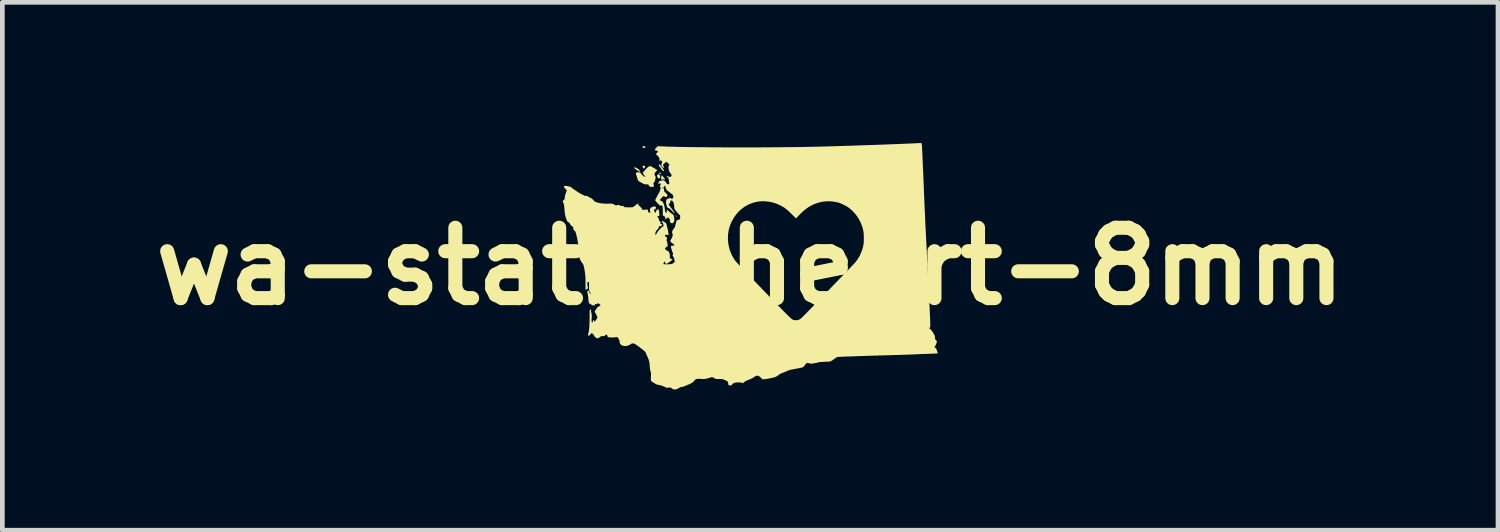
<source format=kicad_pcb>
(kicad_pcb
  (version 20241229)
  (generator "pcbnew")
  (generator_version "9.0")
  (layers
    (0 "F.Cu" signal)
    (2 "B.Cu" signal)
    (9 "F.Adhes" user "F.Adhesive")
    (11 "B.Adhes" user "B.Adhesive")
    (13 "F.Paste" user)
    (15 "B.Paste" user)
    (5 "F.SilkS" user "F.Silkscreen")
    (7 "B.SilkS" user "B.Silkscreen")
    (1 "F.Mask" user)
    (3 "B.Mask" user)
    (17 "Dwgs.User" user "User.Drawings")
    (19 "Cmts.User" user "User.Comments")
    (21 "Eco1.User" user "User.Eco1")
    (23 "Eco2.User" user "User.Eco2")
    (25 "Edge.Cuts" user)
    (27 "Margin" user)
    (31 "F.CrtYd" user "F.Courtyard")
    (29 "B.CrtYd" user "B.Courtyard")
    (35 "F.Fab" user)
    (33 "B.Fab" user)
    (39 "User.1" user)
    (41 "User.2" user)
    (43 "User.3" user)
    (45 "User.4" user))
  (footprint "wa-state-heart-8mm"
    (layer "F.Cu")
    (at 12.943 2.627)
    (property "Reference" "wa-state-heart-8mm" (at 0 0 0) (layer "F.SilkS") (effects (font (size 1.5 1.5) (thickness 0.3))))
    (attr board_only exclude_from_pos_files exclude_from_bom)
    (fp_poly (pts (xy -1.915 -1.997) (xy -1.904 -1.987) (xy -1.899 -1.975) (xy -1.903 -1.968) (xy -1.913 -1.969) (xy -1.918 -1.97) (xy -1.934 -1.978) (xy -1.94 -1.986) (xy -1.938 -1.993) (xy -1.927 -2)) (stroke (width 0) (type solid)) (fill yes) (layer "F.SilkS"))
    (fp_poly (pts (xy -1.586 -1.085) (xy -1.579 -1.079) (xy -1.572 -1.07) (xy -1.569 -1.061) (xy -1.572 -1.057) (xy -1.573 -1.056) (xy -1.58 -1.06) (xy -1.584 -1.063) (xy -1.589 -1.073) (xy -1.59 -1.079) (xy -1.589 -1.085)) (stroke (width 0) (type solid)) (fill yes) (layer "F.SilkS"))
    (fp_poly (pts (xy -2.271 -2.563) (xy -2.254 -2.557) (xy -2.239 -2.548) (xy -2.232 -2.539) (xy -2.233 -2.531) (xy -2.236 -2.528) (xy -2.247 -2.525) (xy -2.262 -2.524) (xy -2.278 -2.525) (xy -2.286 -2.526) (xy -2.29 -2.533) (xy -2.292 -2.545) (xy -2.292 -2.547) (xy -2.29 -2.559) (xy -2.284 -2.564)) (stroke (width 0) (type solid)) (fill yes) (layer "F.SilkS"))
    (fp_poly (pts (xy -2.249 -2.145) (xy -2.243 -2.138) (xy -2.241 -2.125) (xy -2.243 -2.11) (xy -2.249 -2.097) (xy -2.251 -2.093) (xy -2.262 -2.084) (xy -2.269 -2.084) (xy -2.274 -2.093) (xy -2.275 -2.095) (xy -2.282 -2.107) (xy -2.29 -2.111) (xy -2.3 -2.115) (xy -2.301 -2.121) (xy -2.294 -2.13) (xy -2.28 -2.139) (xy -2.264 -2.145) (xy -2.251 -2.146)) (stroke (width 0) (type solid)) (fill yes) (layer "F.SilkS"))
    (fp_poly (pts (xy -1.946 -1.964) (xy -1.936 -1.952) (xy -1.927 -1.936) (xy -1.92 -1.918) (xy -1.918 -1.906) (xy -1.921 -1.891) (xy -1.93 -1.88) (xy -1.942 -1.873) (xy -1.954 -1.872) (xy -1.963 -1.878) (xy -1.972 -1.893) (xy -1.98 -1.911) (xy -1.984 -1.926) (xy -1.985 -1.93) (xy -1.981 -1.941) (xy -1.972 -1.954) (xy -1.969 -1.956) (xy -1.959 -1.965) (xy -1.952 -1.967)) (stroke (width 0) (type solid)) (fill yes) (layer "F.SilkS"))
    (fp_poly (pts (xy -1.859 -1.912) (xy -1.839 -1.889) (xy -1.825 -1.871) (xy -1.817 -1.857) (xy -1.816 -1.849) (xy -1.82 -1.847) (xy -1.831 -1.851) (xy -1.843 -1.855) (xy -1.858 -1.853) (xy -1.864 -1.852) (xy -1.879 -1.848) (xy -1.887 -1.847) (xy -1.891 -1.847) (xy -1.894 -1.849) (xy -1.894 -1.85) (xy -1.896 -1.857) (xy -1.897 -1.872) (xy -1.896 -1.891) (xy -1.895 -1.912) (xy -1.893 -1.923) (xy -1.89 -1.945)) (stroke (width 0) (type solid)) (fill yes) (layer "F.SilkS"))
    (fp_poly (pts (xy -2.462 -2.108) (xy -2.446 -2.104) (xy -2.427 -2.097) (xy -2.408 -2.088) (xy -2.39 -2.077) (xy -2.386 -2.074) (xy -2.375 -2.064) (xy -2.364 -2.051) (xy -2.353 -2.036) (xy -2.346 -2.024) (xy -2.344 -2.018) (xy -2.348 -2.015) (xy -2.358 -2.018) (xy -2.375 -2.026) (xy -2.378 -2.028) (xy -2.403 -2.043) (xy -2.427 -2.059) (xy -2.448 -2.074) (xy -2.464 -2.088) (xy -2.474 -2.098) (xy -2.477 -2.104) (xy -2.473 -2.108)) (stroke (width 0) (type solid)) (fill yes) (layer "F.SilkS"))
    (fp_poly (pts (xy -1.925 -2.167) (xy -1.914 -2.152) (xy -1.91 -2.145) (xy -1.896 -2.125) (xy -1.88 -2.103) (xy -1.869 -2.09) (xy -1.852 -2.068) (xy -1.841 -2.051) (xy -1.836 -2.038) (xy -1.836 -2.034) (xy -1.839 -2.027) (xy -1.847 -2.027) (xy -1.86 -2.036) (xy -1.874 -2.048) (xy -1.889 -2.065) (xy -1.902 -2.083) (xy -1.908 -2.093) (xy -1.918 -2.11) (xy -1.931 -2.125) (xy -1.934 -2.129) (xy -1.944 -2.138) (xy -1.947 -2.146) (xy -1.945 -2.157) (xy -1.94 -2.168) (xy -1.933 -2.172)) (stroke (width 0) (type solid)) (fill yes) (layer "F.SilkS"))
    (fp_poly (pts (xy -2.125 -2.133) (xy -2.116 -2.131) (xy -2.108 -2.127) (xy -2.093 -2.119) (xy -2.074 -2.108) (xy -2.053 -2.096) (xy -2.031 -2.083) (xy -2.012 -2.071) (xy -1.995 -2.061) (xy -1.984 -2.053) (xy -1.979 -2.049) (xy -1.979 -2.049) (xy -1.983 -2.045) (xy -1.992 -2.036) (xy -2.005 -2.023) (xy -2.01 -2.017) (xy -2.028 -1.998) (xy -2.038 -1.982) (xy -2.041 -1.967) (xy -2.036 -1.949) (xy -2.026 -1.927) (xy -2.026 -1.926) (xy -2.017 -1.91) (xy -2.014 -1.9) (xy -2.014 -1.892) (xy -2.017 -1.883) (xy -2.018 -1.883) (xy -2.022 -1.868) (xy -2.024 -1.85) (xy -2.024 -1.848) (xy -2.027 -1.828) (xy -2.032 -1.815) (xy -2.047 -1.795) (xy -2.056 -1.781) (xy -2.062 -1.772) (xy -2.064 -1.765) (xy -2.063 -1.757) (xy -2.06 -1.747) (xy -2.058 -1.742) (xy -2.052 -1.722) (xy -2.05 -1.71) (xy -2.052 -1.703) (xy -2.059 -1.699) (xy -2.069 -1.697) (xy -2.095 -1.693) (xy -2.113 -1.691) (xy -2.125 -1.69) (xy -2.132 -1.691) (xy -2.132 -1.691) (xy -2.139 -1.697) (xy -2.144 -1.706) (xy -2.151 -1.717) (xy -2.159 -1.722) (xy -2.168 -1.728) (xy -2.169 -1.737) (xy -2.17 -1.744) (xy -2.173 -1.747) (xy -2.182 -1.747) (xy -2.197 -1.746) (xy -2.224 -1.745) (xy -2.253 -1.751) (xy -2.285 -1.764) (xy -2.322 -1.784) (xy -2.323 -1.784) (xy -2.342 -1.795) (xy -2.357 -1.804) (xy -2.367 -1.809) (xy -2.37 -1.81) (xy -2.376 -1.815) (xy -2.384 -1.826) (xy -2.393 -1.84) (xy -2.4 -1.856) (xy -2.404 -1.87) (xy -2.408 -1.886) (xy -2.413 -1.901) (xy -2.414 -1.902) (xy -2.419 -1.916) (xy -2.42 -1.927) (xy -2.424 -1.939) (xy -2.428 -1.945) (xy -2.435 -1.959) (xy -2.433 -1.978) (xy -2.428 -1.991) (xy -2.423 -1.999) (xy -2.418 -2.003) (xy -2.41 -2.005) (xy -2.395 -2.005) (xy -2.383 -2.004) (xy -2.364 -2.003) (xy -2.351 -2) (xy -2.343 -1.996) (xy -2.339 -1.99) (xy -2.327 -1.975) (xy -2.312 -1.958) (xy -2.296 -1.94) (xy -2.28 -1.926) (xy -2.268 -1.916) (xy -2.266 -1.915) (xy -2.253 -1.911) (xy -2.244 -1.911) (xy -2.237 -1.917) (xy -2.239 -1.925) (xy -2.247 -1.932) (xy -2.255 -1.935) (xy -2.267 -1.94) (xy -2.271 -1.948) (xy -2.272 -1.956) (xy -2.276 -1.971) (xy -2.282 -1.982) (xy -2.293 -1.994) (xy -2.257 -2.034) (xy -2.228 -2.067) (xy -2.203 -2.093) (xy -2.183 -2.111) (xy -2.166 -2.124) (xy -2.151 -2.132) (xy -2.138 -2.134)) (stroke (width 0) (type solid)) (fill yes) (layer "F.SilkS"))
    (fp_poly (pts (xy 3.642 -2.627) (xy 3.652 -2.626) (xy 3.653 -2.626) (xy 3.655 -2.62) (xy 3.657 -2.605) (xy 3.66 -2.585) (xy 3.662 -2.564) (xy 3.663 -2.55) (xy 3.664 -2.527) (xy 3.666 -2.494) (xy 3.668 -2.454) (xy 3.67 -2.407) (xy 3.673 -2.353) (xy 3.675 -2.293) (xy 3.678 -2.228) (xy 3.681 -2.159) (xy 3.684 -2.086) (xy 3.688 -2.011) (xy 3.691 -1.933) (xy 3.694 -1.854) (xy 3.698 -1.774) (xy 3.701 -1.694) (xy 3.704 -1.616) (xy 3.707 -1.538) (xy 3.708 -1.531) (xy 3.709 -1.488) (xy 3.711 -1.448) (xy 3.713 -1.409) (xy 3.714 -1.373) (xy 3.716 -1.337) (xy 3.717 -1.303) (xy 3.718 -1.268) (xy 3.72 -1.233) (xy 3.722 -1.197) (xy 3.723 -1.16) (xy 3.725 -1.122) (xy 3.727 -1.081) (xy 3.729 -1.038) (xy 3.731 -0.991) (xy 3.733 -0.941) (xy 3.736 -0.887) (xy 3.739 -0.829) (xy 3.742 -0.765) (xy 3.746 -0.696) (xy 3.749 -0.621) (xy 3.753 -0.54) (xy 3.758 -0.452) (xy 3.763 -0.356) (xy 3.768 -0.253) (xy 3.774 -0.141) (xy 3.78 -0.021) (xy 3.786 0.109) (xy 3.793 0.248) (xy 3.795 0.274) (xy 3.801 0.394) (xy 3.806 0.505) (xy 3.811 0.606) (xy 3.816 0.697) (xy 3.82 0.781) (xy 3.824 0.856) (xy 3.827 0.924) (xy 3.83 0.984) (xy 3.832 1.037) (xy 3.835 1.084) (xy 3.836 1.125) (xy 3.838 1.161) (xy 3.839 1.191) (xy 3.839 1.216) (xy 3.84 1.238) (xy 3.84 1.255) (xy 3.839 1.269) (xy 3.839 1.28) (xy 3.838 1.288) (xy 3.837 1.295) (xy 3.836 1.299) (xy 3.834 1.302) (xy 3.832 1.304) (xy 3.83 1.306) (xy 3.828 1.308) (xy 3.828 1.308) (xy 3.821 1.318) (xy 3.822 1.329) (xy 3.83 1.336) (xy 3.83 1.336) (xy 3.845 1.343) (xy 3.857 1.353) (xy 3.865 1.364) (xy 3.867 1.369) (xy 3.871 1.378) (xy 3.88 1.389) (xy 3.884 1.393) (xy 3.9 1.409) (xy 3.906 1.425) (xy 3.911 1.441) (xy 3.92 1.454) (xy 3.921 1.454) (xy 3.93 1.468) (xy 3.936 1.487) (xy 3.94 1.509) (xy 3.94 1.53) (xy 3.94 1.531) (xy 3.94 1.543) (xy 3.945 1.555) (xy 3.955 1.567) (xy 3.969 1.584) (xy 3.977 1.595) (xy 3.981 1.604) (xy 3.979 1.615) (xy 3.975 1.629) (xy 3.972 1.638) (xy 3.961 1.665) (xy 3.951 1.688) (xy 3.941 1.705) (xy 3.934 1.715) (xy 3.933 1.715) (xy 3.928 1.722) (xy 3.933 1.729) (xy 3.941 1.733) (xy 3.952 1.741) (xy 3.963 1.753) (xy 3.964 1.755) (xy 3.971 1.768) (xy 3.978 1.786) (xy 3.985 1.805) (xy 3.992 1.825) (xy 3.996 1.841) (xy 3.998 1.852) (xy 3.998 1.855) (xy 3.991 1.857) (xy 3.977 1.859) (xy 3.957 1.86) (xy 3.944 1.86) (xy 3.921 1.861) (xy 3.888 1.862) (xy 3.846 1.864) (xy 3.796 1.866) (xy 3.739 1.868) (xy 3.676 1.87) (xy 3.608 1.873) (xy 3.534 1.876) (xy 3.521 1.877) (xy 3.473 1.879) (xy 3.416 1.881) (xy 3.352 1.883) (xy 3.282 1.886) (xy 3.207 1.888) (xy 3.129 1.891) (xy 3.05 1.893) (xy 2.971 1.896) (xy 2.892 1.898) (xy 2.817 1.9) (xy 2.745 1.902) (xy 2.726 1.903) (xy 2.674 1.904) (xy 2.62 1.905) (xy 2.567 1.907) (xy 2.515 1.909) (xy 2.468 1.91) (xy 2.426 1.912) (xy 2.395 1.913) (xy 2.36 1.914) (xy 2.316 1.916) (xy 2.268 1.917) (xy 2.216 1.919) (xy 2.163 1.921) (xy 2.111 1.923) (xy 2.087 1.923) (xy 2.043 1.925) (xy 2.001 1.926) (xy 1.962 1.928) (xy 1.929 1.929) (xy 1.901 1.931) (xy 1.882 1.932) (xy 1.872 1.933) (xy 1.857 1.936) (xy 1.844 1.941) (xy 1.829 1.95) (xy 1.81 1.962) (xy 1.796 1.973) (xy 1.771 1.991) (xy 1.751 2.006) (xy 1.734 2.016) (xy 1.717 2.024) (xy 1.699 2.029) (xy 1.678 2.032) (xy 1.652 2.034) (xy 1.619 2.035) (xy 1.59 2.036) (xy 1.549 2.038) (xy 1.518 2.039) (xy 1.493 2.041) (xy 1.475 2.043) (xy 1.462 2.046) (xy 1.456 2.048) (xy 1.44 2.053) (xy 1.416 2.058) (xy 1.389 2.064) (xy 1.36 2.069) (xy 1.333 2.073) (xy 1.31 2.076) (xy 1.297 2.077) (xy 1.281 2.075) (xy 1.262 2.07) (xy 1.25 2.066) (xy 1.234 2.06) (xy 1.223 2.058) (xy 1.214 2.06) (xy 1.206 2.064) (xy 1.196 2.072) (xy 1.182 2.086) (xy 1.168 2.103) (xy 1.164 2.109) (xy 1.151 2.127) (xy 1.138 2.142) (xy 1.128 2.151) (xy 1.125 2.153) (xy 1.116 2.156) (xy 1.098 2.16) (xy 1.075 2.165) (xy 1.049 2.171) (xy 1.041 2.172) (xy 1.013 2.177) (xy 0.987 2.182) (xy 0.965 2.186) (xy 0.949 2.189) (xy 0.947 2.19) (xy 0.932 2.193) (xy 0.91 2.197) (xy 0.886 2.201) (xy 0.879 2.202) (xy 0.849 2.209) (xy 0.817 2.22) (xy 0.78 2.235) (xy 0.775 2.238) (xy 0.748 2.25) (xy 0.721 2.261) (xy 0.697 2.271) (xy 0.68 2.276) (xy 0.661 2.283) (xy 0.643 2.292) (xy 0.623 2.304) (xy 0.601 2.32) (xy 0.581 2.336) (xy 0.563 2.347) (xy 0.542 2.358) (xy 0.526 2.364) (xy 0.494 2.372) (xy 0.456 2.381) (xy 0.414 2.39) (xy 0.371 2.398) (xy 0.332 2.404) (xy 0.319 2.405) (xy 0.266 2.411) (xy 0.234 2.381) (xy 0.207 2.356) (xy 0.183 2.34) (xy 0.161 2.332) (xy 0.139 2.333) (xy 0.115 2.342) (xy 0.088 2.358) (xy 0.078 2.365) (xy 0.056 2.38) (xy 0.03 2.394) (xy 0.009 2.403) (xy -0.03 2.418) (xy -0.061 2.431) (xy -0.086 2.443) (xy -0.106 2.454) (xy -0.124 2.465) (xy -0.13 2.47) (xy -0.16 2.494) (xy -0.181 2.484) (xy -0.194 2.479) (xy -0.209 2.476) (xy -0.229 2.475) (xy -0.256 2.475) (xy -0.297 2.477) (xy -0.33 2.483) (xy -0.354 2.492) (xy -0.372 2.505) (xy -0.378 2.513) (xy -0.389 2.525) (xy -0.399 2.534) (xy -0.401 2.535) (xy -0.414 2.538) (xy -0.43 2.539) (xy -0.445 2.54) (xy -0.456 2.538) (xy -0.46 2.537) (xy -0.462 2.53) (xy -0.465 2.517) (xy -0.468 2.501) (xy -0.473 2.475) (xy -0.482 2.457) (xy -0.496 2.444) (xy -0.519 2.434) (xy -0.521 2.433) (xy -0.541 2.426) (xy -0.56 2.417) (xy -0.569 2.413) (xy -0.578 2.409) (xy -0.589 2.406) (xy -0.603 2.404) (xy -0.623 2.403) (xy -0.65 2.403) (xy -0.659 2.403) (xy -0.731 2.402) (xy -0.772 2.381) (xy -0.813 2.36) (xy -0.856 2.375) (xy -0.908 2.39) (xy -0.96 2.4) (xy -1.008 2.403) (xy -1.038 2.402) (xy -1.078 2.399) (xy -1.109 2.399) (xy -1.134 2.401) (xy -1.153 2.406) (xy -1.169 2.416) (xy -1.183 2.429) (xy -1.195 2.444) (xy -1.209 2.46) (xy -1.225 2.474) (xy -1.246 2.487) (xy -1.257 2.494) (xy -1.279 2.505) (xy -1.3 2.515) (xy -1.316 2.522) (xy -1.321 2.523) (xy -1.335 2.529) (xy -1.355 2.537) (xy -1.376 2.547) (xy -1.38 2.549) (xy -1.415 2.563) (xy -1.446 2.57) (xy -1.455 2.572) (xy -1.479 2.575) (xy -1.498 2.582) (xy -1.511 2.59) (xy -1.544 2.609) (xy -1.576 2.622) (xy -1.607 2.627) (xy -1.634 2.624) (xy -1.635 2.623) (xy -1.652 2.615) (xy -1.67 2.604) (xy -1.675 2.6) (xy -1.694 2.584) (xy -1.738 2.587) (xy -1.76 2.589) (xy -1.775 2.589) (xy -1.788 2.586) (xy -1.801 2.581) (xy -1.818 2.573) (xy -1.847 2.56) (xy -1.879 2.548) (xy -1.91 2.538) (xy -1.937 2.531) (xy -1.959 2.528) (xy -1.962 2.528) (xy -1.976 2.527) (xy -1.986 2.524) (xy -1.987 2.523) (xy -1.994 2.518) (xy -2.006 2.511) (xy -2.008 2.511) (xy -2.023 2.503) (xy -2.042 2.492) (xy -2.063 2.479) (xy -2.083 2.466) (xy -2.099 2.453) (xy -2.11 2.444) (xy -2.114 2.44) (xy -2.116 2.43) (xy -2.117 2.411) (xy -2.117 2.384) (xy -2.116 2.352) (xy -2.114 2.321) (xy -2.114 2.299) (xy -2.114 2.282) (xy -2.116 2.27) (xy -2.118 2.259) (xy -2.122 2.248) (xy -2.123 2.247) (xy -2.128 2.229) (xy -2.133 2.204) (xy -2.137 2.172) (xy -2.139 2.148) (xy -2.143 2.1) (xy -2.148 2.06) (xy -2.154 2.025) (xy -2.164 1.992) (xy -2.175 1.961) (xy -2.191 1.926) (xy -2.196 1.915) (xy -2.206 1.895) (xy -2.215 1.875) (xy -2.22 1.86) (xy -2.221 1.859) (xy -2.225 1.847) (xy -2.23 1.836) (xy -2.237 1.826) (xy -2.247 1.815) (xy -2.261 1.802) (xy -2.281 1.785) (xy -2.307 1.764) (xy -2.32 1.755) (xy -2.362 1.722) (xy -2.397 1.696) (xy -2.426 1.676) (xy -2.449 1.661) (xy -2.468 1.651) (xy -2.482 1.646) (xy -2.502 1.644) (xy -2.522 1.647) (xy -2.538 1.654) (xy -2.545 1.66) (xy -2.553 1.667) (xy -2.567 1.675) (xy -2.577 1.679) (xy -2.597 1.686) (xy -2.616 1.693) (xy -2.623 1.696) (xy -2.647 1.701) (xy -2.676 1.7) (xy -2.706 1.695) (xy -2.733 1.686) (xy -2.754 1.673) (xy -2.773 1.651) (xy -2.783 1.624) (xy -2.785 1.604) (xy -2.79 1.574) (xy -2.804 1.546) (xy -2.822 1.524) (xy -2.841 1.506) (xy -2.871 1.513) (xy -2.89 1.515) (xy -2.914 1.517) (xy -2.941 1.517) (xy -2.968 1.517) (xy -2.993 1.515) (xy -3.014 1.513) (xy -3.027 1.51) (xy -3.029 1.509) (xy -3.038 1.499) (xy -3.045 1.482) (xy -3.046 1.479) (xy -3.051 1.465) (xy -3.057 1.455) (xy -3.059 1.453) (xy -3.067 1.455) (xy -3.08 1.463) (xy -3.087 1.469) (xy -3.106 1.484) (xy -3.123 1.49) (xy -3.14 1.489) (xy -3.146 1.487) (xy -3.156 1.485) (xy -3.166 1.487) (xy -3.18 1.494) (xy -3.182 1.495) (xy -3.196 1.503) (xy -3.206 1.511) (xy -3.208 1.513) (xy -3.215 1.519) (xy -3.227 1.526) (xy -3.232 1.528) (xy -3.247 1.534) (xy -3.257 1.535) (xy -3.269 1.531) (xy -3.271 1.531) (xy -3.29 1.521) (xy -3.306 1.51) (xy -3.316 1.5) (xy -3.318 1.494) (xy -3.322 1.483) (xy -3.332 1.467) (xy -3.349 1.447) (xy -3.355 1.44) (xy -3.37 1.429) (xy -3.383 1.427) (xy -3.395 1.435) (xy -3.399 1.442) (xy -3.408 1.456) (xy -3.422 1.469) (xy -3.436 1.479) (xy -3.447 1.482) (xy -3.453 1.48) (xy -3.456 1.474) (xy -3.455 1.461) (xy -3.452 1.441) (xy -3.448 1.426) (xy -3.441 1.389) (xy -3.435 1.347) (xy -3.43 1.3) (xy -3.427 1.245) (xy -3.425 1.183) (xy -3.424 1.112) (xy -3.424 1.094) (xy -3.423 1.046) (xy -3.423 1.007) (xy -3.422 0.977) (xy -3.421 0.954) (xy -3.419 0.938) (xy -3.417 0.928) (xy -3.413 0.922) (xy -3.409 0.92) (xy -3.403 0.922) (xy -3.399 0.924) (xy -3.392 0.929) (xy -3.391 0.938) (xy -3.392 0.949) (xy -3.393 0.965) (xy -3.39 0.978) (xy -3.39 0.98) (xy -3.383 0.999) (xy -3.379 1.027) (xy -3.377 1.062) (xy -3.379 1.107) (xy -3.379 1.108) (xy -3.381 1.138) (xy -3.381 1.163) (xy -3.38 1.181) (xy -3.379 1.188) (xy -3.372 1.198) (xy -3.364 1.199) (xy -3.357 1.192) (xy -3.355 1.182) (xy -3.352 1.16) (xy -3.348 1.147) (xy -3.344 1.144) (xy -3.339 1.148) (xy -3.331 1.158) (xy -3.328 1.163) (xy -3.317 1.182) (xy -3.3 1.162) (xy -3.288 1.146) (xy -3.275 1.127) (xy -3.268 1.115) (xy -3.254 1.087) (xy -3.265 1.067) (xy -3.272 1.052) (xy -3.277 1.04) (xy -3.277 1.037) (xy -3.28 1.028) (xy -3.288 1.015) (xy -3.293 1.009) (xy -3.305 0.99) (xy -3.311 0.971) (xy -3.311 0.97) (xy -3.312 0.956) (xy -3.309 0.946) (xy -3.3 0.935) (xy -3.296 0.932) (xy -3.284 0.918) (xy -3.276 0.903) (xy -3.274 0.898) (xy -3.269 0.887) (xy -3.259 0.876) (xy -3.245 0.867) (xy -3.227 0.856) (xy -3.211 0.845) (xy -3.203 0.839) (xy -3.188 0.827) (xy -3.215 0.806) (xy -3.234 0.792) (xy -3.247 0.786) (xy -3.254 0.787) (xy -3.256 0.795) (xy -3.261 0.804) (xy -3.272 0.809) (xy -3.287 0.809) (xy -3.298 0.806) (xy -3.308 0.803) (xy -3.312 0.806) (xy -3.313 0.817) (xy -3.313 0.818) (xy -3.314 0.83) (xy -3.316 0.837) (xy -3.317 0.838) (xy -3.326 0.839) (xy -3.342 0.836) (xy -3.36 0.831) (xy -3.377 0.823) (xy -3.389 0.816) (xy -3.403 0.806) (xy -3.416 0.799) (xy -3.419 0.798) (xy -3.427 0.794) (xy -3.434 0.787) (xy -3.439 0.775) (xy -3.443 0.758) (xy -3.446 0.733) (xy -3.449 0.699) (xy -3.449 0.698) (xy -3.452 0.667) (xy -3.456 0.637) (xy -3.46 0.61) (xy -3.464 0.589) (xy -3.464 0.586) (xy -3.469 0.558) (xy -3.471 0.538) (xy -3.468 0.525) (xy -3.461 0.519) (xy -3.459 0.519) (xy -3.446 0.522) (xy -3.435 0.534) (xy -3.426 0.555) (xy -3.424 0.562) (xy -3.417 0.58) (xy -3.41 0.588) (xy -3.403 0.585) (xy -3.394 0.572) (xy -3.392 0.568) (xy -3.377 0.547) (xy -3.352 0.528) (xy -3.318 0.513) (xy -3.283 0.504) (xy -3.251 0.495) (xy -3.226 0.488) (xy -3.209 0.481) (xy -3.201 0.475) (xy -3.2 0.473) (xy -3.204 0.468) (xy -3.215 0.46) (xy -3.228 0.453) (xy -3.241 0.448) (xy -3.249 0.446) (xy -3.258 0.444) (xy -3.274 0.44) (xy -3.294 0.434) (xy -3.303 0.431) (xy -3.323 0.424) (xy -3.336 0.419) (xy -3.343 0.414) (xy -3.346 0.408) (xy -3.346 0.4) (xy -3.346 0.399) (xy -3.351 0.376) (xy -3.365 0.357) (xy -3.385 0.343) (xy -3.412 0.335) (xy -3.432 0.333) (xy -3.449 0.334) (xy -3.461 0.337) (xy -3.466 0.339) (xy -3.47 0.349) (xy -3.471 0.367) (xy -3.471 0.389) (xy -3.468 0.413) (xy -3.464 0.435) (xy -3.46 0.452) (xy -3.459 0.466) (xy -3.459 0.472) (xy -3.465 0.477) (xy -3.477 0.485) (xy -3.486 0.489) (xy -3.511 0.502) (xy -3.51 0.357) (xy -3.511 0.304) (xy -3.511 0.26) (xy -3.513 0.22) (xy -3.516 0.185) (xy -3.52 0.151) (xy -3.525 0.115) (xy -3.532 0.077) (xy -3.538 0.044) (xy -3.545 0.011) (xy -3.551 -0.014) (xy -3.556 -0.032) (xy -3.562 -0.045) (xy -3.569 -0.056) (xy -3.577 -0.065) (xy -3.578 -0.066) (xy -3.591 -0.083) (xy -3.603 -0.102) (xy -3.606 -0.108) (xy -3.614 -0.123) (xy -3.621 -0.136) (xy -3.624 -0.139) (xy -3.628 -0.145) (xy -3.632 -0.153) (xy -3.635 -0.165) (xy -3.638 -0.181) (xy -3.641 -0.202) (xy -3.644 -0.231) (xy -3.648 -0.268) (xy -3.651 -0.308) (xy -3.657 -0.37) (xy -3.662 -0.423) (xy -3.667 -0.47) (xy -3.673 -0.511) (xy -3.68 -0.55) (xy -3.687 -0.587) (xy -3.695 -0.624) (xy -3.705 -0.664) (xy -3.708 -0.677) (xy -3.716 -0.707) (xy -3.723 -0.729) (xy -3.73 -0.744) (xy -3.738 -0.755) (xy -3.747 -0.763) (xy -3.754 -0.767) (xy -3.764 -0.775) (xy -3.768 -0.784) (xy -3.769 -0.799) (xy -3.771 -0.817) (xy -3.776 -0.834) (xy -3.784 -0.846) (xy -3.791 -0.851) (xy -3.792 -0.851) (xy -3.8 -0.855) (xy -3.811 -0.865) (xy -3.823 -0.878) (xy -3.835 -0.892) (xy -3.843 -0.905) (xy -3.846 -0.912) (xy -3.851 -0.923) (xy -3.866 -0.934) (xy -3.868 -0.936) (xy -3.883 -0.945) (xy -3.894 -0.954) (xy -3.903 -0.965) (xy -3.91 -0.98) (xy -3.918 -1.001) (xy -3.925 -1.021) (xy -3.934 -1.05) (xy -3.942 -1.076) (xy -3.947 -1.102) (xy -3.951 -1.129) (xy -3.955 -1.161) (xy -3.958 -1.2) (xy -3.959 -1.212) (xy -3.962 -1.25) (xy -3.965 -1.279) (xy -3.968 -1.303) (xy -3.973 -1.323) (xy -3.979 -1.342) (xy -3.986 -1.36) (xy -3.987 -1.361) (xy -3.999 -1.388) (xy -3.976 -1.412) (xy -3.963 -1.424) (xy -3.956 -1.434) (xy -3.953 -1.445) (xy -3.952 -1.461) (xy -3.952 -1.47) (xy -3.95 -1.491) (xy -3.945 -1.513) (xy -3.937 -1.54) (xy -3.93 -1.561) (xy -3.909 -1.618) (xy -3.937 -1.648) (xy -3.957 -1.671) (xy -3.969 -1.689) (xy -3.973 -1.701) (xy -3.969 -1.709) (xy -3.957 -1.713) (xy -3.936 -1.714) (xy -3.931 -1.714) (xy -3.91 -1.712) (xy -3.89 -1.709) (xy -3.879 -1.705) (xy -3.865 -1.701) (xy -3.853 -1.7) (xy -3.851 -1.7) (xy -3.84 -1.699) (xy -3.832 -1.693) (xy -3.823 -1.685) (xy -3.815 -1.682) (xy -3.806 -1.678) (xy -3.796 -1.669) (xy -3.795 -1.669) (xy -3.785 -1.659) (xy -3.77 -1.647) (xy -3.757 -1.638) (xy -3.74 -1.628) (xy -3.718 -1.613) (xy -3.696 -1.598) (xy -3.686 -1.591) (xy -3.662 -1.575) (xy -3.633 -1.558) (xy -3.604 -1.542) (xy -3.593 -1.536) (xy -3.571 -1.526) (xy -3.552 -1.516) (xy -3.538 -1.509) (xy -3.533 -1.505) (xy -3.524 -1.5) (xy -3.514 -1.502) (xy -3.511 -1.503) (xy -3.506 -1.505) (xy -3.499 -1.505) (xy -3.489 -1.502) (xy -3.475 -1.496) (xy -3.456 -1.486) (xy -3.43 -1.473) (xy -3.401 -1.457) (xy -3.38 -1.445) (xy -3.365 -1.435) (xy -3.355 -1.426) (xy -3.348 -1.417) (xy -3.337 -1.403) (xy -3.32 -1.388) (xy -3.312 -1.381) (xy -3.287 -1.369) (xy -3.255 -1.358) (xy -3.216 -1.349) (xy -3.172 -1.342) (xy -3.124 -1.337) (xy -3.076 -1.335) (xy -3.029 -1.335) (xy -3.023 -1.335) (xy -2.984 -1.337) (xy -2.953 -1.335) (xy -2.929 -1.331) (xy -2.91 -1.324) (xy -2.895 -1.313) (xy -2.894 -1.313) (xy -2.879 -1.303) (xy -2.863 -1.298) (xy -2.849 -1.297) (xy -2.839 -1.301) (xy -2.838 -1.303) (xy -2.83 -1.307) (xy -2.816 -1.308) (xy -2.8 -1.306) (xy -2.784 -1.301) (xy -2.777 -1.296) (xy -2.765 -1.289) (xy -2.75 -1.286) (xy -2.731 -1.286) (xy -2.71 -1.288) (xy -2.701 -1.286) (xy -2.698 -1.279) (xy -2.692 -1.268) (xy -2.681 -1.262) (xy -2.669 -1.26) (xy -2.65 -1.258) (xy -2.625 -1.257) (xy -2.597 -1.257) (xy -2.569 -1.257) (xy -2.542 -1.257) (xy -2.52 -1.259) (xy -2.504 -1.261) (xy -2.499 -1.262) (xy -2.488 -1.268) (xy -2.473 -1.279) (xy -2.459 -1.289) (xy -2.432 -1.311) (xy -2.41 -1.327) (xy -2.393 -1.336) (xy -2.384 -1.338) (xy -2.377 -1.338) (xy -2.378 -1.334) (xy -2.382 -1.326) (xy -2.386 -1.32) (xy -2.387 -1.315) (xy -2.385 -1.309) (xy -2.378 -1.301) (xy -2.366 -1.289) (xy -2.348 -1.273) (xy -2.338 -1.264) (xy -2.325 -1.25) (xy -2.312 -1.232) (xy -2.306 -1.224) (xy -2.292 -1.199) (xy -2.268 -1.204) (xy -2.248 -1.206) (xy -2.225 -1.207) (xy -2.213 -1.208) (xy -2.182 -1.208) (xy -2.179 -1.183) (xy -2.176 -1.167) (xy -2.171 -1.156) (xy -2.169 -1.153) (xy -2.154 -1.147) (xy -2.138 -1.144) (xy -2.131 -1.146) (xy -2.126 -1.149) (xy -2.126 -1.154) (xy -2.131 -1.164) (xy -2.136 -1.179) (xy -2.138 -1.197) (xy -2.138 -1.202) (xy -2.134 -1.226) (xy -2.12 -1.246) (xy -2.097 -1.261) (xy -2.066 -1.272) (xy -2.05 -1.274) (xy -2.03 -1.276) (xy -2.017 -1.271) (xy -2.011 -1.259) (xy -2.01 -1.247) (xy -2.011 -1.235) (xy -2.017 -1.226) (xy -2.028 -1.218) (xy -2.031 -1.216) (xy -2.044 -1.208) (xy -2.05 -1.201) (xy -2.05 -1.193) (xy -2.049 -1.188) (xy -2.044 -1.175) (xy -2.036 -1.161) (xy -2.027 -1.148) (xy -2.018 -1.141) (xy -2.014 -1.14) (xy -2.01 -1.146) (xy -2.009 -1.157) (xy -2.007 -1.173) (xy -2 -1.188) (xy -1.989 -1.201) (xy -1.977 -1.21) (xy -1.964 -1.214) (xy -1.954 -1.211) (xy -1.951 -1.208) (xy -1.948 -1.199) (xy -1.945 -1.183) (xy -1.941 -1.161) (xy -1.939 -1.136) (xy -1.937 -1.11) (xy -1.936 -1.095) (xy -1.937 -1.082) (xy -1.94 -1.075) (xy -1.949 -1.073) (xy -1.951 -1.073) (xy -1.967 -1.069) (xy -1.977 -1.061) (xy -1.979 -1.056) (xy -1.976 -1.05) (xy -1.968 -1.039) (xy -1.962 -1.031) (xy -1.95 -1.017) (xy -1.945 -1.003) (xy -1.944 -0.991) (xy -1.942 -0.976) (xy -1.938 -0.968) (xy -1.929 -0.962) (xy -1.915 -0.951) (xy -1.909 -0.939) (xy -1.912 -0.927) (xy -1.913 -0.925) (xy -1.915 -0.916) (xy -1.91 -0.907) (xy -1.9 -0.9) (xy -1.889 -0.897) (xy -1.879 -0.894) (xy -1.877 -0.885) (xy -1.883 -0.872) (xy -1.887 -0.867) (xy -1.895 -0.858) (xy -1.906 -0.855) (xy -1.921 -0.854) (xy -1.946 -0.854) (xy -1.949 -0.832) (xy -1.952 -0.819) (xy -1.958 -0.807) (xy -1.969 -0.793) (xy -1.981 -0.78) (xy -1.997 -0.763) (xy -2.007 -0.75) (xy -2.014 -0.735) (xy -2.018 -0.719) (xy -2.022 -0.696) (xy -2.022 -0.68) (xy -2.018 -0.672) (xy -2.012 -0.672) (xy -2.004 -0.682) (xy -1.996 -0.696) (xy -1.982 -0.722) (xy -1.962 -0.75) (xy -1.935 -0.781) (xy -1.906 -0.811) (xy -1.887 -0.829) (xy -1.871 -0.843) (xy -1.859 -0.85) (xy -1.855 -0.851) (xy -1.85 -0.852) (xy -1.847 -0.856) (xy -1.847 -0.866) (xy -1.849 -0.881) (xy -1.855 -0.908) (xy -1.866 -0.928) (xy -1.878 -0.943) (xy -1.884 -0.952) (xy -1.887 -0.958) (xy -1.885 -0.963) (xy -1.882 -0.966) (xy -1.877 -0.971) (xy -1.871 -0.97) (xy -1.862 -0.962) (xy -1.861 -0.961) (xy -1.851 -0.953) (xy -1.843 -0.951) (xy -1.841 -0.951) (xy -1.836 -0.951) (xy -1.836 -0.949) (xy -1.832 -0.943) (xy -1.821 -0.937) (xy -1.818 -0.936) (xy -1.804 -0.928) (xy -1.794 -0.917) (xy -1.786 -0.9) (xy -1.78 -0.877) (xy -1.777 -0.863) (xy -1.773 -0.841) (xy -1.767 -0.821) (xy -1.762 -0.807) (xy -1.761 -0.805) (xy -1.757 -0.792) (xy -1.753 -0.773) (xy -1.749 -0.751) (xy -1.749 -0.747) (xy -1.746 -0.724) (xy -1.744 -0.703) (xy -1.741 -0.687) (xy -1.741 -0.686) (xy -1.737 -0.666) (xy -1.773 -0.67) (xy -1.795 -0.671) (xy -1.808 -0.67) (xy -1.814 -0.664) (xy -1.814 -0.654) (xy -1.813 -0.646) (xy -1.807 -0.633) (xy -1.793 -0.624) (xy -1.791 -0.623) (xy -1.773 -0.615) (xy -1.777 -0.586) (xy -1.78 -0.562) (xy -1.781 -0.545) (xy -1.778 -0.533) (xy -1.773 -0.525) (xy -1.772 -0.524) (xy -1.767 -0.513) (xy -1.764 -0.494) (xy -1.764 -0.481) (xy -1.763 -0.463) (xy -1.761 -0.449) (xy -1.758 -0.442) (xy -1.755 -0.433) (xy -1.759 -0.425) (xy -1.769 -0.421) (xy -1.77 -0.421) (xy -1.781 -0.417) (xy -1.794 -0.407) (xy -1.806 -0.394) (xy -1.814 -0.382) (xy -1.815 -0.375) (xy -1.811 -0.364) (xy -1.799 -0.352) (xy -1.783 -0.34) (xy -1.769 -0.333) (xy -1.748 -0.323) (xy -1.734 -0.309) (xy -1.728 -0.296) (xy -1.728 -0.294) (xy -1.725 -0.281) (xy -1.72 -0.275) (xy -1.716 -0.268) (xy -1.714 -0.256) (xy -1.713 -0.237) (xy -1.714 -0.223) (xy -1.713 -0.197) (xy -1.71 -0.179) (xy -1.704 -0.167) (xy -1.692 -0.16) (xy -1.678 -0.155) (xy -1.663 -0.149) (xy -1.658 -0.142) (xy -1.662 -0.133) (xy -1.677 -0.123) (xy -1.694 -0.113) (xy -1.712 -0.099) (xy -1.72 -0.092) (xy -1.738 -0.078) (xy -1.757 -0.066) (xy -1.766 -0.061) (xy -1.781 -0.055) (xy -1.789 -0.053) (xy -1.796 -0.055) (xy -1.8 -0.059) (xy -1.809 -0.07) (xy -1.816 -0.085) (xy -1.816 -0.085) (xy -1.821 -0.097) (xy -1.825 -0.102) (xy -1.826 -0.103) (xy -1.83 -0.098) (xy -1.836 -0.087) (xy -1.843 -0.073) (xy -1.848 -0.059) (xy -1.851 -0.048) (xy -1.851 -0.046) (xy -1.848 -0.038) (xy -1.843 -0.036) (xy -1.827 -0.032) (xy -1.807 -0.021) (xy -1.783 -0.004) (xy -1.772 0.006) (xy -1.752 0.022) (xy -1.738 0.033) (xy -1.728 0.038) (xy -1.72 0.037) (xy -1.712 0.032) (xy -1.706 0.026) (xy -1.69 0.011) (xy -1.709 0.003) (xy -1.722 -0.003) (xy -1.73 -0.009) (xy -1.73 -0.01) (xy -1.729 -0.016) (xy -1.718 -0.025) (xy -1.7 -0.036) (xy -1.675 -0.049) (xy -1.668 -0.052) (xy -1.643 -0.065) (xy -1.625 -0.076) (xy -1.615 -0.087) (xy -1.611 -0.099) (xy -1.61 -0.108) (xy -1.613 -0.129) (xy -1.619 -0.154) (xy -1.627 -0.179) (xy -1.637 -0.202) (xy -1.645 -0.215) (xy -1.653 -0.226) (xy -1.655 -0.234) (xy -1.652 -0.244) (xy -1.649 -0.251) (xy -1.644 -0.263) (xy -1.643 -0.272) (xy -1.646 -0.282) (xy -1.653 -0.293) (xy -1.662 -0.312) (xy -1.669 -0.334) (xy -1.672 -0.344) (xy -1.677 -0.365) (xy -1.683 -0.388) (xy -1.686 -0.396) (xy -1.691 -0.411) (xy -1.692 -0.42) (xy -1.689 -0.426) (xy -1.686 -0.429) (xy -1.673 -0.436) (xy -1.652 -0.439) (xy -1.651 -0.439) (xy -1.635 -0.44) (xy -1.624 -0.443) (xy -1.62 -0.444) (xy -1.619 -0.452) (xy -1.624 -0.463) (xy -1.635 -0.476) (xy -1.65 -0.487) (xy -1.659 -0.492) (xy -1.677 -0.504) (xy -1.692 -0.519) (xy -1.701 -0.534) (xy -1.703 -0.543) (xy -1.7 -0.55) (xy -1.693 -0.563) (xy -1.684 -0.578) (xy -1.672 -0.6) (xy -0.475 -0.6) (xy -0.47 -0.512) (xy -0.456 -0.425) (xy -0.433 -0.341) (xy -0.401 -0.26) (xy -0.361 -0.183) (xy -0.317 -0.117) (xy -0.307 -0.105) (xy -0.291 -0.087) (xy -0.267 -0.061) (xy -0.236 -0.027) (xy -0.198 0.013) (xy -0.153 0.061) (xy -0.101 0.115) (xy -0.042 0.176) (xy 0.024 0.245) (xy 0.096 0.32) (xy 0.176 0.402) (xy 0.262 0.491) (xy 0.294 0.525) (xy 0.371 0.604) (xy 0.44 0.676) (xy 0.503 0.741) (xy 0.56 0.799) (xy 0.611 0.852) (xy 0.657 0.899) (xy 0.697 0.94) (xy 0.733 0.977) (xy 0.765 1.009) (xy 0.792 1.036) (xy 0.816 1.06) (xy 0.837 1.079) (xy 0.855 1.096) (xy 0.87 1.109) (xy 0.883 1.12) (xy 0.893 1.128) (xy 0.903 1.134) (xy 0.911 1.139) (xy 0.918 1.142) (xy 0.925 1.144) (xy 0.932 1.146) (xy 0.938 1.147) (xy 0.946 1.148) (xy 0.947 1.148) (xy 0.987 1.15) (xy 1.027 1.143) (xy 1.046 1.135) (xy 1.057 1.13) (xy 1.069 1.122) (xy 1.083 1.111) (xy 1.099 1.096) (xy 1.12 1.076) (xy 1.147 1.05) (xy 1.162 1.034) (xy 1.184 1.013) (xy 1.21 0.986) (xy 1.242 0.953) (xy 1.278 0.916) (xy 1.319 0.874) (xy 1.363 0.829) (xy 1.41 0.781) (xy 1.459 0.73) (xy 1.511 0.676) (xy 1.564 0.621) (xy 1.619 0.565) (xy 1.674 0.508) (xy 1.729 0.451) (xy 1.784 0.394) (xy 1.838 0.339) (xy 1.89 0.284) (xy 1.941 0.231) (xy 1.99 0.181) (xy 2.035 0.133) (xy 2.078 0.089) (xy 2.116 0.049) (xy 2.151 0.013) (xy 2.18 -0.018) (xy 2.205 -0.044) (xy 2.224 -0.064) (xy 2.236 -0.077) (xy 2.241 -0.083) (xy 2.292 -0.151) (xy 2.336 -0.226) (xy 2.372 -0.307) (xy 2.4 -0.391) (xy 2.411 -0.438) (xy 2.415 -0.458) (xy 2.418 -0.477) (xy 2.42 -0.497) (xy 2.422 -0.521) (xy 2.422 -0.55) (xy 2.423 -0.586) (xy 2.423 -0.597) (xy 2.422 -0.65) (xy 2.42 -0.694) (xy 2.416 -0.734) (xy 2.409 -0.772) (xy 2.4 -0.809) (xy 2.387 -0.85) (xy 2.381 -0.868) (xy 2.349 -0.947) (xy 2.307 -1.023) (xy 2.257 -1.095) (xy 2.201 -1.161) (xy 2.139 -1.219) (xy 2.108 -1.244) (xy 2.076 -1.266) (xy 2.038 -1.288) (xy 1.996 -1.31) (xy 1.954 -1.33) (xy 1.915 -1.346) (xy 1.885 -1.357) (xy 1.797 -1.376) (xy 1.709 -1.386) (xy 1.621 -1.385) (xy 1.533 -1.375) (xy 1.454 -1.356) (xy 1.382 -1.332) (xy 1.315 -1.302) (xy 1.251 -1.266) (xy 1.188 -1.222) (xy 1.125 -1.17) (xy 1.062 -1.11) (xy 1.045 -1.092) (xy 0.977 -1.021) (xy 0.88 -1.117) (xy 0.843 -1.153) (xy 0.813 -1.181) (xy 0.786 -1.205) (xy 0.763 -1.224) (xy 0.741 -1.24) (xy 0.731 -1.248) (xy 0.652 -1.294) (xy 0.571 -1.331) (xy 0.487 -1.359) (xy 0.403 -1.377) (xy 0.318 -1.386) (xy 0.233 -1.386) (xy 0.149 -1.376) (xy 0.066 -1.356) (xy -0.014 -1.326) (xy -0.038 -1.315) (xy -0.112 -1.275) (xy -0.18 -1.225) (xy -0.243 -1.169) (xy -0.299 -1.105) (xy -0.349 -1.035) (xy -0.391 -0.96) (xy -0.426 -0.881) (xy -0.451 -0.798) (xy -0.457 -0.775) (xy -0.471 -0.688) (xy -0.475 -0.6) (xy -1.672 -0.6) (xy -1.667 -0.61) (xy -1.656 -0.639) (xy -1.651 -0.666) (xy -1.653 -0.688) (xy -1.659 -0.7) (xy -1.665 -0.713) (xy -1.666 -0.723) (xy -1.664 -0.737) (xy -1.657 -0.755) (xy -1.649 -0.773) (xy -1.639 -0.788) (xy -1.634 -0.794) (xy -1.619 -0.813) (xy -1.605 -0.841) (xy -1.593 -0.879) (xy -1.587 -0.905) (xy -1.581 -0.93) (xy -1.576 -0.951) (xy -1.572 -0.966) (xy -1.569 -0.974) (xy -1.561 -0.981) (xy -1.545 -0.986) (xy -1.543 -0.986) (xy -1.526 -0.99) (xy -1.51 -0.997) (xy -1.508 -0.999) (xy -1.501 -1.005) (xy -1.497 -1.013) (xy -1.495 -1.025) (xy -1.493 -1.045) (xy -1.493 -1.046) (xy -1.492 -1.084) (xy -1.517 -1.107) (xy -1.535 -1.125) (xy -1.555 -1.147) (xy -1.575 -1.17) (xy -1.593 -1.192) (xy -1.606 -1.21) (xy -1.608 -1.212) (xy -1.613 -1.224) (xy -1.617 -1.241) (xy -1.62 -1.267) (xy -1.621 -1.281) (xy -1.623 -1.305) (xy -1.627 -1.327) (xy -1.63 -1.344) (xy -1.632 -1.351) (xy -1.64 -1.367) (xy -1.645 -1.38) (xy -1.656 -1.393) (xy -1.669 -1.4) (xy -1.686 -1.404) (xy -1.697 -1.401) (xy -1.702 -1.391) (xy -1.703 -1.377) (xy -1.704 -1.362) (xy -1.709 -1.351) (xy -1.72 -1.341) (xy -1.721 -1.341) (xy -1.731 -1.331) (xy -1.738 -1.324) (xy -1.738 -1.322) (xy -1.735 -1.315) (xy -1.727 -1.301) (xy -1.715 -1.283) (xy -1.7 -1.262) (xy -1.683 -1.24) (xy -1.669 -1.223) (xy -1.655 -1.204) (xy -1.641 -1.184) (xy -1.629 -1.165) (xy -1.62 -1.149) (xy -1.616 -1.138) (xy -1.615 -1.136) (xy -1.618 -1.133) (xy -1.626 -1.135) (xy -1.634 -1.142) (xy -1.639 -1.147) (xy -1.649 -1.161) (xy -1.664 -1.178) (xy -1.68 -1.195) (xy -1.698 -1.212) (xy -1.713 -1.226) (xy -1.724 -1.234) (xy -1.724 -1.234) (xy -1.738 -1.239) (xy -1.749 -1.241) (xy -1.758 -1.246) (xy -1.767 -1.259) (xy -1.776 -1.278) (xy -1.783 -1.302) (xy -1.789 -1.328) (xy -1.793 -1.354) (xy -1.794 -1.378) (xy -1.793 -1.391) (xy -1.786 -1.417) (xy -1.774 -1.433) (xy -1.757 -1.44) (xy -1.749 -1.441) (xy -1.733 -1.443) (xy -1.723 -1.451) (xy -1.722 -1.452) (xy -1.715 -1.463) (xy -1.69 -1.449) (xy -1.665 -1.434) (xy -1.653 -1.448) (xy -1.644 -1.463) (xy -1.638 -1.48) (xy -1.638 -1.48) (xy -1.637 -1.493) (xy -1.641 -1.505) (xy -1.649 -1.52) (xy -1.663 -1.535) (xy -1.678 -1.547) (xy -1.684 -1.551) (xy -1.698 -1.56) (xy -1.71 -1.57) (xy -1.711 -1.572) (xy -1.721 -1.582) (xy -1.735 -1.592) (xy -1.741 -1.594) (xy -1.761 -1.608) (xy -1.779 -1.628) (xy -1.794 -1.653) (xy -1.803 -1.679) (xy -1.805 -1.696) (xy -1.807 -1.709) (xy -1.812 -1.718) (xy -1.818 -1.721) (xy -1.823 -1.716) (xy -1.824 -1.715) (xy -1.829 -1.704) (xy -1.839 -1.692) (xy -1.84 -1.691) (xy -1.848 -1.682) (xy -1.85 -1.674) (xy -1.846 -1.664) (xy -1.844 -1.66) (xy -1.838 -1.642) (xy -1.836 -1.625) (xy -1.836 -1.624) (xy -1.832 -1.6) (xy -1.821 -1.582) (xy -1.809 -1.572) (xy -1.793 -1.559) (xy -1.779 -1.542) (xy -1.769 -1.524) (xy -1.764 -1.508) (xy -1.764 -1.507) (xy -1.769 -1.493) (xy -1.78 -1.482) (xy -1.795 -1.477) (xy -1.796 -1.477) (xy -1.806 -1.479) (xy -1.82 -1.485) (xy -1.825 -1.487) (xy -1.842 -1.493) (xy -1.858 -1.493) (xy -1.868 -1.487) (xy -1.872 -1.477) (xy -1.877 -1.466) (xy -1.889 -1.456) (xy -1.901 -1.446) (xy -1.912 -1.433) (xy -1.919 -1.42) (xy -1.922 -1.409) (xy -1.921 -1.406) (xy -1.914 -1.401) (xy -1.904 -1.398) (xy -1.883 -1.389) (xy -1.867 -1.375) (xy -1.854 -1.355) (xy -1.837 -1.314) (xy -1.826 -1.271) (xy -1.821 -1.23) (xy -1.82 -1.224) (xy -1.818 -1.197) (xy -1.813 -1.174) (xy -1.806 -1.154) (xy -1.796 -1.143) (xy -1.792 -1.14) (xy -1.785 -1.139) (xy -1.781 -1.143) (xy -1.779 -1.154) (xy -1.779 -1.173) (xy -1.779 -1.174) (xy -1.779 -1.192) (xy -1.777 -1.203) (xy -1.775 -1.205) (xy -1.769 -1.202) (xy -1.758 -1.193) (xy -1.742 -1.179) (xy -1.724 -1.163) (xy -1.704 -1.146) (xy -1.685 -1.13) (xy -1.668 -1.118) (xy -1.658 -1.112) (xy -1.648 -1.107) (xy -1.64 -1.1) (xy -1.634 -1.091) (xy -1.629 -1.077) (xy -1.625 -1.057) (xy -1.621 -1.028) (xy -1.62 -1.018) (xy -1.617 -0.995) (xy -1.616 -0.98) (xy -1.617 -0.97) (xy -1.619 -0.962) (xy -1.624 -0.956) (xy -1.631 -0.942) (xy -1.636 -0.931) (xy -1.636 -0.931) (xy -1.643 -0.923) (xy -1.657 -0.919) (xy -1.673 -0.919) (xy -1.687 -0.923) (xy -1.701 -0.934) (xy -1.71 -0.95) (xy -1.711 -0.969) (xy -1.71 -0.97) (xy -1.71 -0.987) (xy -1.719 -1.007) (xy -1.733 -1.025) (xy -1.748 -1.043) (xy -1.762 -1.033) (xy -1.784 -1.018) (xy -1.799 -1.008) (xy -1.806 -1.005) (xy -1.806 -1.005) (xy -1.809 -1.01) (xy -1.81 -1.021) (xy -1.81 -1.028) (xy -1.811 -1.041) (xy -1.813 -1.05) (xy -1.82 -1.057) (xy -1.833 -1.066) (xy -1.839 -1.07) (xy -1.854 -1.08) (xy -1.863 -1.087) (xy -1.865 -1.094) (xy -1.865 -1.102) (xy -1.864 -1.104) (xy -1.862 -1.12) (xy -1.862 -1.133) (xy -1.862 -1.143) (xy -1.862 -1.161) (xy -1.863 -1.184) (xy -1.863 -1.21) (xy -1.863 -1.211) (xy -1.864 -1.243) (xy -1.866 -1.266) (xy -1.87 -1.281) (xy -1.877 -1.291) (xy -1.887 -1.295) (xy -1.901 -1.297) (xy -1.911 -1.297) (xy -1.928 -1.298) (xy -1.937 -1.301) (xy -1.938 -1.303) (xy -1.942 -1.309) (xy -1.951 -1.32) (xy -1.965 -1.336) (xy -1.982 -1.353) (xy -1.983 -1.354) (xy -2.001 -1.374) (xy -2.014 -1.387) (xy -2.021 -1.397) (xy -2.023 -1.405) (xy -2.023 -1.411) (xy -2.023 -1.411) (xy -2.018 -1.423) (xy -2.01 -1.442) (xy -1.999 -1.464) (xy -1.986 -1.489) (xy -1.973 -1.513) (xy -1.962 -1.534) (xy -1.952 -1.55) (xy -1.952 -1.551) (xy -1.936 -1.579) (xy -1.924 -1.606) (xy -1.919 -1.628) (xy -1.918 -1.635) (xy -1.915 -1.65) (xy -1.91 -1.661) (xy -1.904 -1.67) (xy -1.905 -1.67) (xy -1.887 -1.67) (xy -1.884 -1.66) (xy -1.877 -1.658) (xy -1.87 -1.662) (xy -1.868 -1.668) (xy -1.87 -1.675) (xy -1.877 -1.677) (xy -1.885 -1.674) (xy -1.887 -1.67) (xy -1.905 -1.67) (xy -1.906 -1.675) (xy -1.912 -1.68) (xy -1.921 -1.692) (xy -1.923 -1.708) (xy -1.917 -1.726) (xy -1.912 -1.733) (xy -1.905 -1.744) (xy -1.904 -1.751) (xy -1.909 -1.76) (xy -1.91 -1.761) (xy -1.92 -1.772) (xy -1.929 -1.773) (xy -1.937 -1.765) (xy -1.938 -1.762) (xy -1.945 -1.75) (xy -1.951 -1.746) (xy -1.955 -1.751) (xy -1.957 -1.761) (xy -1.956 -1.777) (xy -1.954 -1.784) (xy -1.949 -1.798) (xy -1.943 -1.808) (xy -1.942 -1.81) (xy -1.933 -1.814) (xy -1.917 -1.82) (xy -1.896 -1.826) (xy -1.872 -1.832) (xy -1.863 -1.834) (xy -1.846 -1.833) (xy -1.827 -1.824) (xy -1.81 -1.807) (xy -1.799 -1.791) (xy -1.784 -1.769) (xy -1.77 -1.755) (xy -1.755 -1.749) (xy -1.749 -1.749) (xy -1.737 -1.749) (xy -1.729 -1.752) (xy -1.725 -1.759) (xy -1.724 -1.771) (xy -1.726 -1.79) (xy -1.73 -1.815) (xy -1.734 -1.839) (xy -1.738 -1.86) (xy -1.742 -1.876) (xy -1.744 -1.882) (xy -1.752 -1.891) (xy -1.764 -1.9) (xy -1.767 -1.902) (xy -1.778 -1.908) (xy -1.782 -1.912) (xy -1.778 -1.917) (xy -1.777 -1.918) (xy -1.771 -1.921) (xy -1.763 -1.921) (xy -1.749 -1.916) (xy -1.743 -1.913) (xy -1.721 -1.905) (xy -1.703 -1.906) (xy -1.688 -1.915) (xy -1.681 -1.923) (xy -1.675 -1.936) (xy -1.677 -1.951) (xy -1.686 -1.968) (xy -1.702 -1.988) (xy -1.721 -2.014) (xy -1.733 -2.046) (xy -1.741 -2.087) (xy -1.742 -2.096) (xy -1.743 -2.115) (xy -1.741 -2.129) (xy -1.736 -2.142) (xy -1.733 -2.149) (xy -1.721 -2.17) (xy -1.75 -2.198) (xy -1.765 -2.211) (xy -1.778 -2.221) (xy -1.786 -2.225) (xy -1.787 -2.226) (xy -1.794 -2.222) (xy -1.806 -2.214) (xy -1.821 -2.202) (xy -1.836 -2.189) (xy -1.848 -2.176) (xy -1.856 -2.167) (xy -1.856 -2.166) (xy -1.859 -2.158) (xy -1.857 -2.149) (xy -1.849 -2.136) (xy -1.839 -2.119) (xy -1.836 -2.107) (xy -1.841 -2.1) (xy -1.844 -2.099) (xy -1.853 -2.101) (xy -1.865 -2.109) (xy -1.877 -2.121) (xy -1.887 -2.135) (xy -1.893 -2.147) (xy -1.895 -2.158) (xy -1.894 -2.169) (xy -1.889 -2.183) (xy -1.885 -2.193) (xy -1.878 -2.211) (xy -1.876 -2.225) (xy -1.88 -2.236) (xy -1.892 -2.248) (xy -1.894 -2.251) (xy -1.907 -2.259) (xy -1.917 -2.259) (xy -1.922 -2.251) (xy -1.923 -2.246) (xy -1.925 -2.238) (xy -1.928 -2.236) (xy -1.931 -2.241) (xy -1.933 -2.252) (xy -1.933 -2.263) (xy -1.934 -2.288) (xy -1.937 -2.306) (xy -1.943 -2.322) (xy -1.955 -2.337) (xy -1.973 -2.356) (xy -1.976 -2.359) (xy -2.013 -2.395) (xy -1.991 -2.413) (xy -1.977 -2.427) (xy -1.97 -2.439) (xy -1.969 -2.446) (xy -1.97 -2.456) (xy -1.975 -2.462) (xy -1.986 -2.465) (xy -2.005 -2.467) (xy -2.01 -2.468) (xy -2.023 -2.47) (xy -2.028 -2.476) (xy -2.03 -2.483) (xy -2.029 -2.492) (xy -2.024 -2.502) (xy -2.013 -2.516) (xy -2.001 -2.528) (xy -1.971 -2.56) (xy -1.825 -2.554) (xy -1.746 -2.551) (xy -1.657 -2.549) (xy -1.559 -2.546) (xy -1.453 -2.544) (xy -1.339 -2.542) (xy -1.219 -2.54) (xy -1.093 -2.539) (xy -0.961 -2.538) (xy -0.824 -2.536) (xy -0.683 -2.536) (xy -0.539 -2.535) (xy -0.392 -2.535) (xy -0.243 -2.534) (xy -0.093 -2.534) (xy 0.058 -2.535) (xy 0.208 -2.535) (xy 0.358 -2.536) (xy 0.507 -2.537) (xy 0.653 -2.538) (xy 0.797 -2.54) (xy 0.937 -2.541) (xy 1.072 -2.543) (xy 1.203 -2.545) (xy 1.329 -2.548) (xy 1.448 -2.55) (xy 1.56 -2.553) (xy 1.6 -2.554) (xy 1.699 -2.557) (xy 1.802 -2.56) (xy 1.908 -2.563) (xy 2.017 -2.567) (xy 2.128 -2.57) (xy 2.24 -2.574) (xy 2.352 -2.578) (xy 2.465 -2.582) (xy 2.576 -2.585) (xy 2.686 -2.589) (xy 2.794 -2.593) (xy 2.898 -2.597) (xy 2.999 -2.601) (xy 3.095 -2.604) (xy 3.185 -2.608) (xy 3.27 -2.611) (xy 3.348 -2.615) (xy 3.419 -2.618) (xy 3.482 -2.62) (xy 3.535 -2.623) (xy 3.577 -2.625) (xy 3.603 -2.626) (xy 3.626 -2.627)) (stroke (width 0) (type solid)) (fill yes) (layer "F.SilkS")))
  (gr_rect
    (start -3 -3)
    (end 28.886 8.253)
    (stroke (width 0.1) (type default))
    (fill no)
    (layer "Edge.Cuts")))
</source>
